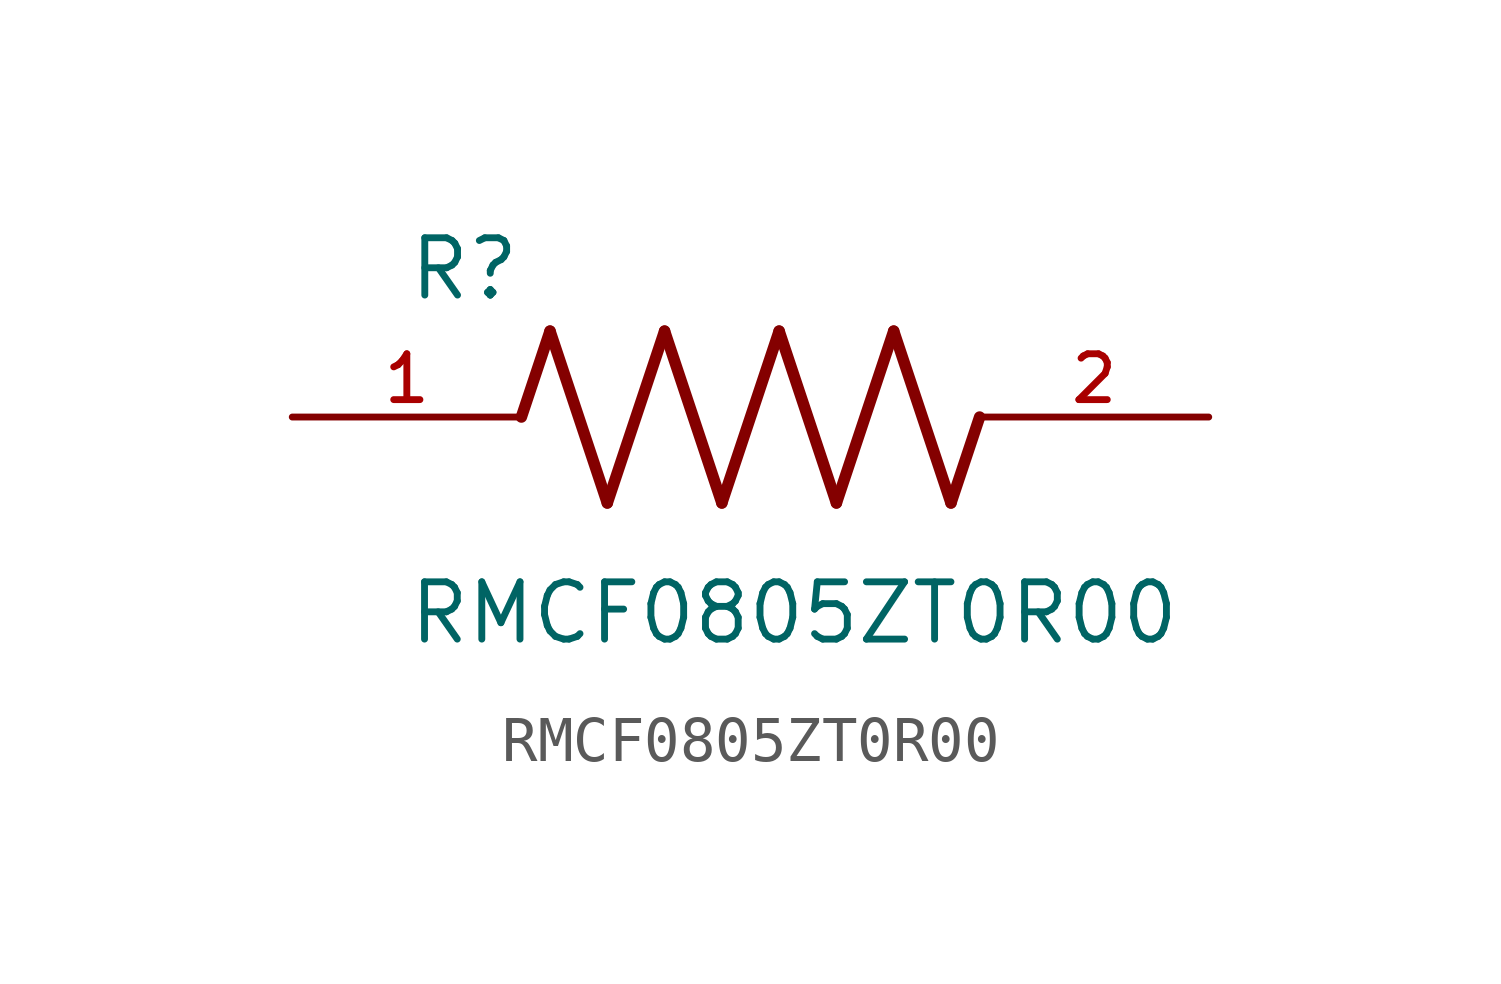
<source format=kicad_sym>
(kicad_symbol_lib
  (version 20211014)
  (generator kicad_symbol_editor)
  (symbol "RMCF0805ZT0R00"
    (pin_names
      (offset 1.016))
    (property "Reference" "R"
      (at -7.624 2.541 0)
      (effects (font (size 1.27 1.27)) (justify bottom left)))
    (property "Value" "RMCF0805ZT0R00"
      (at -7.63 -5.087 0)
      (effects (font (size 1.27 1.27)) (justify bottom left)))
    (symbol "RMCF0805ZT0R00_0_0"
      (polyline (pts (xy -5.08 0.0) (xy -4.445 1.905)) (stroke (width 0.254)))
      (polyline (pts (xy -4.445 1.905) (xy -3.175 -1.905)) (stroke (width 0.254)))
      (polyline (pts (xy -3.175 -1.905) (xy -1.905 1.905)) (stroke (width 0.254)))
      (polyline (pts (xy -1.905 1.905) (xy -0.635 -1.905)) (stroke (width 0.254)))
      (polyline (pts (xy -0.635 -1.905) (xy 0.635 1.905)) (stroke (width 0.254)))
      (polyline (pts (xy 0.635 1.905) (xy 1.905 -1.905)) (stroke (width 0.254)))
      (polyline (pts (xy 1.905 -1.905) (xy 3.175 1.905)) (stroke (width 0.254)))
      (polyline (pts (xy 3.175 1.905) (xy 4.445 -1.905)) (stroke (width 0.254)))
      (polyline (pts (xy 4.445 -1.905) (xy 5.08 0.0)) (stroke (width 0.254)))
      (pin passive line (at -10.16 0.0 0) (length 5.08) (name "~" (effects (font (size 1.016 1.016)))) (number "1" (effects (font (size 1.016 1.016)))))
      (pin passive line (at 10.16 0.0 180.0) (length 5.08) (name "~" (effects (font (size 1.016 1.016)))) (number "2" (effects (font (size 1.016 1.016))))))))
</source>
